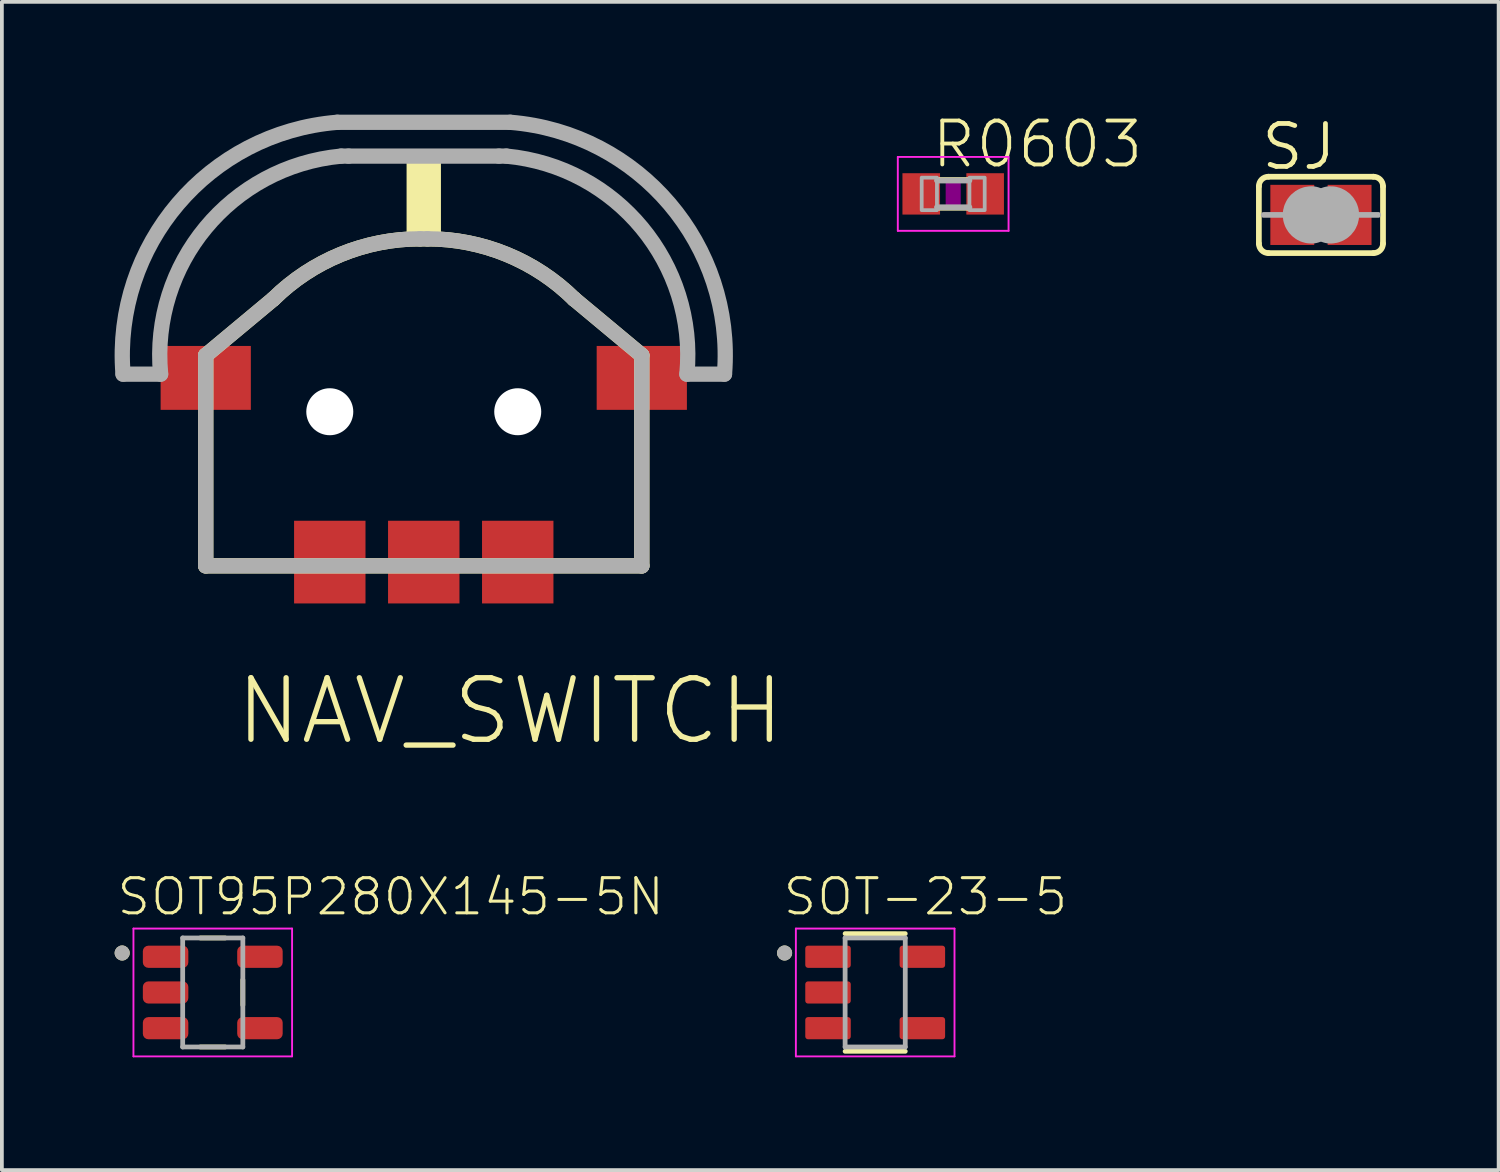
<source format=kicad_pcb>
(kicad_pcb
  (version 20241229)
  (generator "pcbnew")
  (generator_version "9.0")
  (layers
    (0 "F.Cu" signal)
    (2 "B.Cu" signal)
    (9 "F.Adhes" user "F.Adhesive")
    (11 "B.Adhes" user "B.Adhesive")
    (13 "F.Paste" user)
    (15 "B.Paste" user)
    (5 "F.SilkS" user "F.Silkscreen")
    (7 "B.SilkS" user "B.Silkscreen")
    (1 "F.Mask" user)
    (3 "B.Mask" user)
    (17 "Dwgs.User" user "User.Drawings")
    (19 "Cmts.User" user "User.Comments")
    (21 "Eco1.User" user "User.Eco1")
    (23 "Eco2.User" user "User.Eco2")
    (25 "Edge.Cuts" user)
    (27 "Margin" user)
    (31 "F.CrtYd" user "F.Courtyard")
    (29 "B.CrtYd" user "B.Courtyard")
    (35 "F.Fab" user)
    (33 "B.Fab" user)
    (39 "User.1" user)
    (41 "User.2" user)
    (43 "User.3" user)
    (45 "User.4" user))
  (footprint "R0603"
    (layer "F.Cu")
    (at 22.307 2.108)
    (property "Reference" "R0603" (at -0.635 -0.635 0) (unlocked yes) (layer "F.SilkS") (effects (font (size 1.168 1.168) (thickness 0.102)) (justify left bottom)))
    (fp_line (start -0.381 -0.381) (end 0.381 -0.381) (stroke (width 0.127) (type solid)) (layer "F.SilkS"))
    (fp_line (start -0.381 0.381) (end 0.381 0.381) (stroke (width 0.127) (type solid)) (layer "F.SilkS"))
    (fp_poly (pts (xy -0.2 0.4) (xy 0.2 0.4) (xy 0.2 -0.4) (xy -0.2 -0.4)) (stroke (width 0) (type default)) (fill yes) (layer "F.Adhes"))
    (fp_line (start -1.473 -0.983) (end 1.473 -0.983) (stroke (width 0.051) (type solid)) (layer "F.CrtYd"))
    (fp_line (start -1.473 0.983) (end -1.473 -0.983) (stroke (width 0.051) (type solid)) (layer "F.CrtYd"))
    (fp_line (start 1.473 -0.983) (end 1.473 0.983) (stroke (width 0.051) (type solid)) (layer "F.CrtYd"))
    (fp_line (start 1.473 0.983) (end -1.473 0.983) (stroke (width 0.051) (type solid)) (layer "F.CrtYd"))
    (fp_line (start -0.432 0.356) (end 0.432 0.356) (stroke (width 0.152) (type solid)) (layer "F.Fab"))
    (fp_line (start 0.432 -0.356) (end -0.432 -0.356) (stroke (width 0.152) (type solid)) (layer "F.Fab"))
    (fp_poly (pts (xy -0.838 0.432) (xy -0.432 0.432) (xy -0.432 -0.432) (xy -0.838 -0.432)) (stroke (width 0.1) (type default)) (fill no) (layer "F.Fab"))
    (fp_poly (pts (xy 0.432 0.432) (xy 0.838 0.432) (xy 0.838 -0.432) (xy 0.432 -0.432)) (stroke (width 0.1) (type default)) (fill no) (layer "F.Fab"))
    (pad "1" smd rect (at -0.85 0) (size 1 1.1) (layers "F.Cu" "F.Mask" "F.Paste"))
    (pad "2" smd rect (at 0.85 0) (size 1 1.1) (layers "F.Cu" "F.Mask" "F.Paste")))
  (footprint "NAV_SWITCH"
    (layer "F.Cu")
    (at 8.223 7.903)
    (property "Reference" "NAV_SWITCH" (at -5.08 8.92 0) (unlocked yes) (layer "F.SilkS") (effects (font (size 1.636 1.636) (thickness 0.142)) (justify left bottom)))
    (fp_line (start -5.8 4.1) (end -5.8 -1.5) (stroke (width 0.406) (type solid)) (layer "F.SilkS"))
    (fp_line (start -5.8 4.1) (end 5.8 4.1) (stroke (width 0.406) (type solid)) (layer "F.SilkS"))
    (fp_line (start -4 -3) (end -5.8 -1.5) (stroke (width 0.406) (type solid)) (layer "F.SilkS"))
    (fp_line (start -0.254 -4.699) (end -0.254 -6.731) (stroke (width 0.406) (type solid)) (layer "F.SilkS"))
    (fp_line (start -0.1 -4.6) (end 0.1 -4.6) (stroke (width 0.406) (type solid)) (layer "F.SilkS"))
    (fp_line (start 0 -4.699) (end 0 -6.731) (stroke (width 0.406) (type solid)) (layer "F.SilkS"))
    (fp_line (start 0.254 -6.731) (end 0.254 -4.699) (stroke (width 0.406) (type solid)) (layer "F.SilkS"))
    (fp_line (start 4 -3) (end 5.8 -1.5) (stroke (width 0.406) (type solid)) (layer "F.SilkS"))
    (fp_line (start 5.8 -1.5) (end 5.8 4.1) (stroke (width 0.406) (type solid)) (layer "F.SilkS"))
    (fp_arc (start -4 -2.999999) (mid -2.207724 -4.184452) (end -0.1 -4.6) (stroke (width 0.4064) (type solid)) (layer "F.SilkS"))
    (fp_arc (start 0.1 -4.6) (mid 2.207724 -4.184452) (end 4 -2.999999) (stroke (width 0.4064) (type solid)) (layer "F.SilkS"))
    (fp_line (start -7 -1) (end -8 -1) (stroke (width 0.406) (type solid)) (layer "F.Fab"))
    (fp_line (start -5.8 4.1) (end -5.8 -1.5) (stroke (width 0.406) (type solid)) (layer "F.Fab"))
    (fp_line (start -5.8 4.1) (end 5.8 4.1) (stroke (width 0.406) (type solid)) (layer "F.Fab"))
    (fp_line (start -4 -3) (end -5.8 -1.5) (stroke (width 0.406) (type solid)) (layer "F.Fab"))
    (fp_line (start -2.3 -7.7) (end 2.3 -7.7) (stroke (width 0.406) (type solid)) (layer "F.Fab"))
    (fp_line (start -2 -6.8) (end -2.2 -6.8) (stroke (width 0.406) (type solid)) (layer "F.Fab"))
    (fp_line (start -2 -6.8) (end 2 -6.8) (stroke (width 0.406) (type solid)) (layer "F.Fab"))
    (fp_line (start -0.1 -4.6) (end 0.1 -4.6) (stroke (width 0.406) (type solid)) (layer "F.Fab"))
    (fp_line (start 2 -6.8) (end 2.2 -6.8) (stroke (width 0.406) (type solid)) (layer "F.Fab"))
    (fp_line (start 4 -3) (end 5.8 -1.5) (stroke (width 0.406) (type solid)) (layer "F.Fab"))
    (fp_line (start 5.8 -1.5) (end 5.8 4.1) (stroke (width 0.406) (type solid)) (layer "F.Fab"))
    (fp_line (start 8 -1) (end 7 -1) (stroke (width 0.406) (type solid)) (layer "F.Fab"))
    (fp_arc (start -8 -1) (mid -6.537614 -5.530509) (end -2.299998 -7.7) (stroke (width 0.4064) (type solid)) (layer "F.Fab"))
    (fp_arc (start -7 -0.999998) (mid -5.80122 -4.894112) (end -2.2 -6.8) (stroke (width 0.4064) (type solid)) (layer "F.Fab"))
    (fp_arc (start -4 -2.999999) (mid -2.207724 -4.184452) (end -0.1 -4.6) (stroke (width 0.4064) (type solid)) (layer "F.Fab"))
    (fp_arc (start 0.1 -4.6) (mid 2.207724 -4.184452) (end 4 -2.999999) (stroke (width 0.4064) (type solid)) (layer "F.Fab"))
    (fp_arc (start 2.2 -6.8) (mid 5.80122 -4.894112) (end 7 -0.999998) (stroke (width 0.4064) (type solid)) (layer "F.Fab"))
    (fp_arc (start 2.299998 -7.7) (mid 6.537614 -5.530509) (end 8 -1) (stroke (width 0.4064) (type solid)) (layer "F.Fab"))
    (pad "" np_thru_hole circle (at -2.5 0) (size 1.25 1.25) (drill 1.25) (layers "*.Cu" "*.Mask"))
    (pad "" np_thru_hole circle (at 2.5 0) (size 1.25 1.25) (drill 1.25) (layers "*.Cu" "*.Mask"))
    (pad "1" smd rect (at -2.5 4) (size 1.9 2.2) (layers "F.Cu" "F.Mask" "F.Paste"))
    (pad "2" smd rect (at 2.5 4) (size 1.9 2.2) (layers "F.Cu" "F.Mask" "F.Paste"))
    (pad "C" smd rect (at 5.8 -0.9) (size 2.4 1.7) (layers "F.Cu" "F.Mask" "F.Paste"))
    (pad "NC" smd rect (at -5.8 -0.9) (size 2.4 1.7) (layers "F.Cu" "F.Mask" "F.Paste"))
    (pad "T" smd rect (at 0 4) (size 1.9 2.2) (layers "F.Cu" "F.Mask" "F.Paste")))
  (footprint "SOT95P280X145-5N"
    (layer "F.Cu")
    (at 2.61 23.352)
    (property "Reference" "SOT95P280X145-5N" (at -2.6 -2 0) (unlocked yes) (layer "F.SilkS") (effects (font (size 0.935 0.935) (thickness 0.081)) (justify left bottom)))
    (fp_line (start -0.33 -1.45) (end 0.33 -1.45) (stroke (width 0.127) (type solid)) (layer "F.SilkS"))
    (fp_line (start 0.33 1.45) (end -0.33 1.45) (stroke (width 0.127) (type solid)) (layer "F.SilkS"))
    (fp_line (start 0.8 -0.335) (end 0.8 0.335) (stroke (width 0.127) (type solid)) (layer "F.SilkS"))
    (fp_circle (center -2.41 -1.05) (end -2.31 -1.05) (stroke (width 0.2) (type solid)) (fill no) (layer "F.SilkS"))
    (fp_line (start -2.11 -1.7) (end 2.11 -1.7) (stroke (width 0.05) (type solid)) (layer "F.CrtYd"))
    (fp_line (start -2.11 1.7) (end -2.11 -1.7) (stroke (width 0.05) (type solid)) (layer "F.CrtYd"))
    (fp_line (start 2.11 -1.7) (end 2.11 1.7) (stroke (width 0.05) (type solid)) (layer "F.CrtYd"))
    (fp_line (start 2.11 1.7) (end -2.11 1.7) (stroke (width 0.05) (type solid)) (layer "F.CrtYd"))
    (fp_line (start -0.8 -1.45) (end 0.8 -1.45) (stroke (width 0.127) (type solid)) (layer "F.Fab"))
    (fp_line (start -0.8 1.45) (end -0.8 -1.45) (stroke (width 0.127) (type solid)) (layer "F.Fab"))
    (fp_line (start 0.8 -1.45) (end 0.8 1.45) (stroke (width 0.127) (type solid)) (layer "F.Fab"))
    (fp_line (start 0.8 1.45) (end -0.8 1.45) (stroke (width 0.127) (type solid)) (layer "F.Fab"))
    (fp_circle (center -2.41 -1.05) (end -2.31 -1.05) (stroke (width 0.2) (type solid)) (fill no) (layer "F.Fab"))
    (pad "1" smd roundrect (at -1.255 -0.95) (size 1.21 0.59) (layers "F.Cu" "F.Mask" "F.Paste") (roundrect_rratio 0.25))
    (pad "2" smd roundrect (at -1.255 0) (size 1.21 0.59) (layers "F.Cu" "F.Mask" "F.Paste") (roundrect_rratio 0.25))
    (pad "3" smd roundrect (at -1.255 0.95) (size 1.21 0.59) (layers "F.Cu" "F.Mask" "F.Paste") (roundrect_rratio 0.25))
    (pad "4" smd roundrect (at 1.255 0.95) (size 1.21 0.59) (layers "F.Cu" "F.Mask" "F.Paste") (roundrect_rratio 0.25))
    (pad "5" smd roundrect (at 1.255 -0.95) (size 1.21 0.59) (layers "F.Cu" "F.Mask" "F.Paste") (roundrect_rratio 0.25)))
  (footprint "SOT-23-5"
    (layer "F.Cu")
    (at 20.232 23.352)
    (property "Reference" "SOT-23-5" (at -2.5 -2 0) (unlocked yes) (layer "F.SilkS") (effects (font (size 0.935 0.935) (thickness 0.081)) (justify left bottom)))
    (fp_line (start -0.8 -1.565) (end 0.8 -1.565) (stroke (width 0.127) (type solid)) (layer "F.SilkS"))
    (fp_line (start 0.8 1.565) (end -0.8 1.565) (stroke (width 0.127) (type solid)) (layer "F.SilkS"))
    (fp_circle (center -2.41 -1.05) (end -2.31 -1.05) (stroke (width 0.2) (type solid)) (fill no) (layer "F.SilkS"))
    (fp_line (start -2.11 -1.7) (end 2.11 -1.7) (stroke (width 0.05) (type solid)) (layer "F.CrtYd"))
    (fp_line (start -2.11 1.7) (end -2.11 -1.7) (stroke (width 0.05) (type solid)) (layer "F.CrtYd"))
    (fp_line (start 2.11 -1.7) (end 2.11 1.7) (stroke (width 0.05) (type solid)) (layer "F.CrtYd"))
    (fp_line (start 2.11 1.7) (end -2.11 1.7) (stroke (width 0.05) (type solid)) (layer "F.CrtYd"))
    (fp_line (start -0.8 -1.45) (end 0.8 -1.45) (stroke (width 0.127) (type solid)) (layer "F.Fab"))
    (fp_line (start -0.8 1.45) (end -0.8 -1.45) (stroke (width 0.127) (type solid)) (layer "F.Fab"))
    (fp_line (start 0.8 -1.45) (end 0.8 1.45) (stroke (width 0.127) (type solid)) (layer "F.Fab"))
    (fp_line (start 0.8 1.45) (end -0.8 1.45) (stroke (width 0.127) (type solid)) (layer "F.Fab"))
    (fp_circle (center -2.41 -1.05) (end -2.31 -1.05) (stroke (width 0.2) (type solid)) (fill no) (layer "F.Fab"))
    (pad "1" smd roundrect (at -1.255 -0.95) (size 1.21 0.59) (layers "F.Cu" "F.Mask" "F.Paste") (roundrect_rratio 0.125))
    (pad "2" smd roundrect (at -1.255 0) (size 1.21 0.59) (layers "F.Cu" "F.Mask" "F.Paste") (roundrect_rratio 0.125))
    (pad "3" smd roundrect (at -1.255 0.95) (size 1.21 0.59) (layers "F.Cu" "F.Mask" "F.Paste") (roundrect_rratio 0.125))
    (pad "4" smd roundrect (at 1.255 0.95) (size 1.21 0.59) (layers "F.Cu" "F.Mask" "F.Paste") (roundrect_rratio 0.125))
    (pad "5" smd roundrect (at 1.255 -0.95) (size 1.21 0.59) (layers "F.Cu" "F.Mask" "F.Paste") (roundrect_rratio 0.125)))
  (footprint "SJ"
    (layer "F.Cu")
    (at 32.09 2.667)
    (property "Reference" "SJ" (at -1.651 -1.143 0) (unlocked yes) (layer "F.SilkS") (effects (font (size 1.143 1.143) (thickness 0.127)) (justify left bottom)))
    (fp_poly (pts (xy -0.076 0.914) (xy 0.076 0.914) (xy 0.076 -0.914) (xy -0.076 -0.914)) (stroke (width 0) (type default)) (fill yes) (layer "F.Mask"))
    (fp_line (start -1.651 0.762) (end -1.651 -0.762) (stroke (width 0.152) (type solid)) (layer "F.SilkS"))
    (fp_line (start -1.397 -1.016) (end 1.397 -1.016) (stroke (width 0.152) (type solid)) (layer "F.SilkS"))
    (fp_line (start 1.397 1.016) (end -1.397 1.016) (stroke (width 0.152) (type solid)) (layer "F.SilkS"))
    (fp_line (start 1.651 0.762) (end 1.651 -0.762) (stroke (width 0.152) (type solid)) (layer "F.SilkS"))
    (fp_arc (start -1.651 -0.762) (mid -1.576605 -0.941605) (end -1.397 -1.016) (stroke (width 0.1524) (type solid)) (layer "F.SilkS"))
    (fp_arc (start -1.397 1.016) (mid -1.576605 0.941605) (end -1.651 0.762) (stroke (width 0.1524) (type solid)) (layer "F.SilkS"))
    (fp_arc (start 1.397 -1.016) (mid 1.576605 -0.941605) (end 1.651 -0.762) (stroke (width 0.1524) (type solid)) (layer "F.SilkS"))
    (fp_arc (start 1.651 0.762) (mid 1.576605 0.941605) (end 1.397 1.016) (stroke (width 0.1524) (type solid)) (layer "F.SilkS"))
    (fp_line (start -1.016 0) (end -1.524 0) (stroke (width 0.152) (type solid)) (layer "F.Fab"))
    (fp_line (start 1.016 0) (end 1.524 0) (stroke (width 0.152) (type solid)) (layer "F.Fab"))
    (fp_arc (start -0.254 0.127) (mid -0.381 0) (end -0.254 -0.127) (stroke (width 1.27) (type solid)) (layer "F.Fab"))
    (fp_arc (start 0.254 -0.127) (mid 0.381 0) (end 0.254 0.127) (stroke (width 1.27) (type solid)) (layer "F.Fab"))
    (pad "1" smd rect (at -0.762 0) (size 1.168 1.6) (layers "F.Cu" "F.Mask" "F.Paste"))
    (pad "2" smd rect (at 0.762 0) (size 1.168 1.6) (layers "F.Cu" "F.Mask" "F.Paste")))
  (gr_rect
    (start -3 -3)
    (end 36.817 28.077)
    (stroke (width 0.1) (type default))
    (fill no)
    (layer "Edge.Cuts")))
</source>
